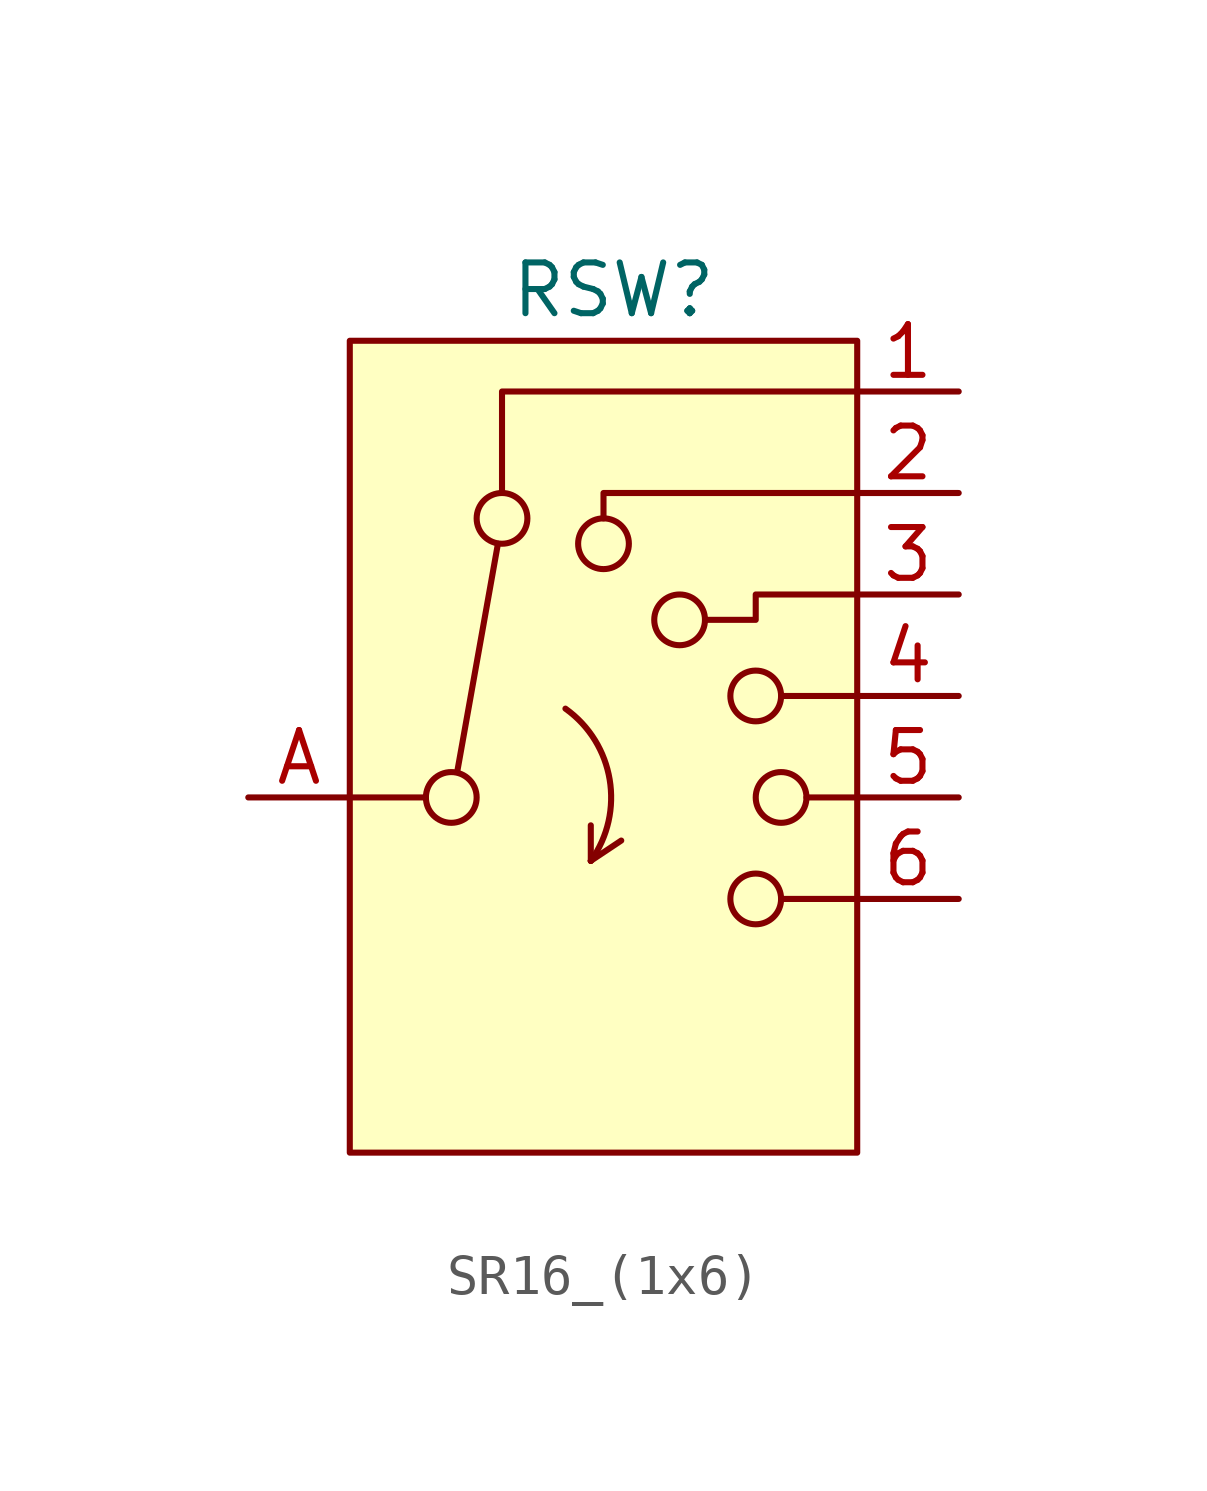
<source format=kicad_sym>
(kicad_symbol_lib
  (version 20231120)
  (generator "kicad_symbol_editor")
  (generator_version "8.0")
  (symbol "SR16_(1x6)"
    (property "Reference" "RSW"
      (at 0.254 11.43 0)
      (effects (font (size 1.27 1.27))))
    (property "Value" ""
      (at 0 0 0)
      (effects (font (size 1.27 1.27))))
    (symbol "SR16_(1x6)_0_1"
      (circle (center -3.81 -1.27) (radius 0.635) (stroke (width 0) (type default)) (fill (type none)))
      (circle (center -2.54 5.715) (radius 0.635) (stroke (width 0) (type default)) (fill (type none)))
      (arc (start -0.3176 -2.8575) (mid 0.154 -0.821) (end -0.9526 0.9525) (stroke (width 0) (type default)) (fill (type none)))
      (polyline (pts (xy -6.35 -1.27) (xy -4.445 -1.27)) (stroke (width 0) (type default)) (fill (type none)))
      (polyline (pts (xy -3.658 -0.61) (xy -2.642 5.08)) (stroke (width 0) (type default)) (fill (type none)))
      (polyline (pts (xy -0.318 -2.857) (xy -0.318 -2.857)) (stroke (width 0) (type default)) (fill (type none)))
      (polyline (pts (xy -0.318 -2.857) (xy -0.318 -1.968)) (stroke (width 0) (type default)) (fill (type none)))
      (polyline (pts (xy -0.318 -2.857) (xy 0.444 -2.349)) (stroke (width 0) (type default)) (fill (type none)))
      (polyline (pts (xy 6.35 -3.81) (xy 4.445 -3.81)) (stroke (width 0) (type default)) (fill (type none)))
      (polyline (pts (xy 6.35 -1.27) (xy 5.08 -1.27)) (stroke (width 0) (type default)) (fill (type none)))
      (polyline (pts (xy 6.35 1.27) (xy 4.445 1.27)) (stroke (width 0) (type default)) (fill (type none)))
      (polyline (pts (xy 6.35 3.81) (xy 3.81 3.81) (xy 3.81 3.175) (xy 2.54 3.175)) (stroke (width 0) (type default)) (fill (type none)))
      (polyline (pts (xy 6.35 6.35) (xy 0 6.35) (xy 0 6.35) (xy 0 5.715)) (stroke (width 0) (type default)) (fill (type none)))
      (circle (center 0 5.08) (radius 0.635) (stroke (width 0) (type default)) (fill (type none)))
      (circle (center 1.905 3.175) (radius 0.635) (stroke (width 0) (type default)) (fill (type none)))
      (circle (center 3.81 -3.81) (radius 0.635) (stroke (width 0) (type default)) (fill (type none)))
      (circle (center 3.81 1.27) (radius 0.635) (stroke (width 0) (type default)) (fill (type none)))
      (circle (center 4.445 -1.27) (radius 0.635) (stroke (width 0) (type default)) (fill (type none))))
    (symbol "SR16_(1x6)_1_1"
      (polyline (pts (xy 6.35 8.89) (xy -2.54 8.89) (xy -2.54 6.35)) (stroke (width 0) (type default)) (fill (type none)))
      (polyline (pts (xy -6.35 10.16) (xy 6.35 10.16) (xy 6.35 -10.16) (xy -6.35 -10.16) (xy -6.35 10.16) (xy -6.35 10.16)) (stroke (width 0) (type default)) (fill (type background)))
      (pin passive line (at 8.89 8.89 180) (length 2.54) (name "" (effects (font (size 1.27 1.27)))) (number "1" (effects (font (size 1.27 1.27)))))
      (pin passive line (at 8.89 6.35 180) (length 2.54) (name "" (effects (font (size 1.27 1.27)))) (number "2" (effects (font (size 1.27 1.27)))))
      (pin passive line (at 8.89 3.81 180) (length 2.54) (name "" (effects (font (size 1.27 1.27)))) (number "3" (effects (font (size 1.27 1.27)))))
      (pin passive line (at 8.89 1.27 180) (length 2.54) (name "" (effects (font (size 1.27 1.27)))) (number "4" (effects (font (size 1.27 1.27)))))
      (pin passive line (at 8.89 -1.27 180) (length 2.54) (name "" (effects (font (size 1.27 1.27)))) (number "5" (effects (font (size 1.27 1.27)))))
      (pin passive line (at 8.89 -3.81 180) (length 2.54) (name "" (effects (font (size 1.27 1.27)))) (number "6" (effects (font (size 1.27 1.27)))))
      (pin passive line (at -8.89 -1.27 0) (length 2.54) (name "" (effects (font (size 1.27 1.27)))) (number "A" (effects (font (size 1.27 1.27))))))))
</source>
